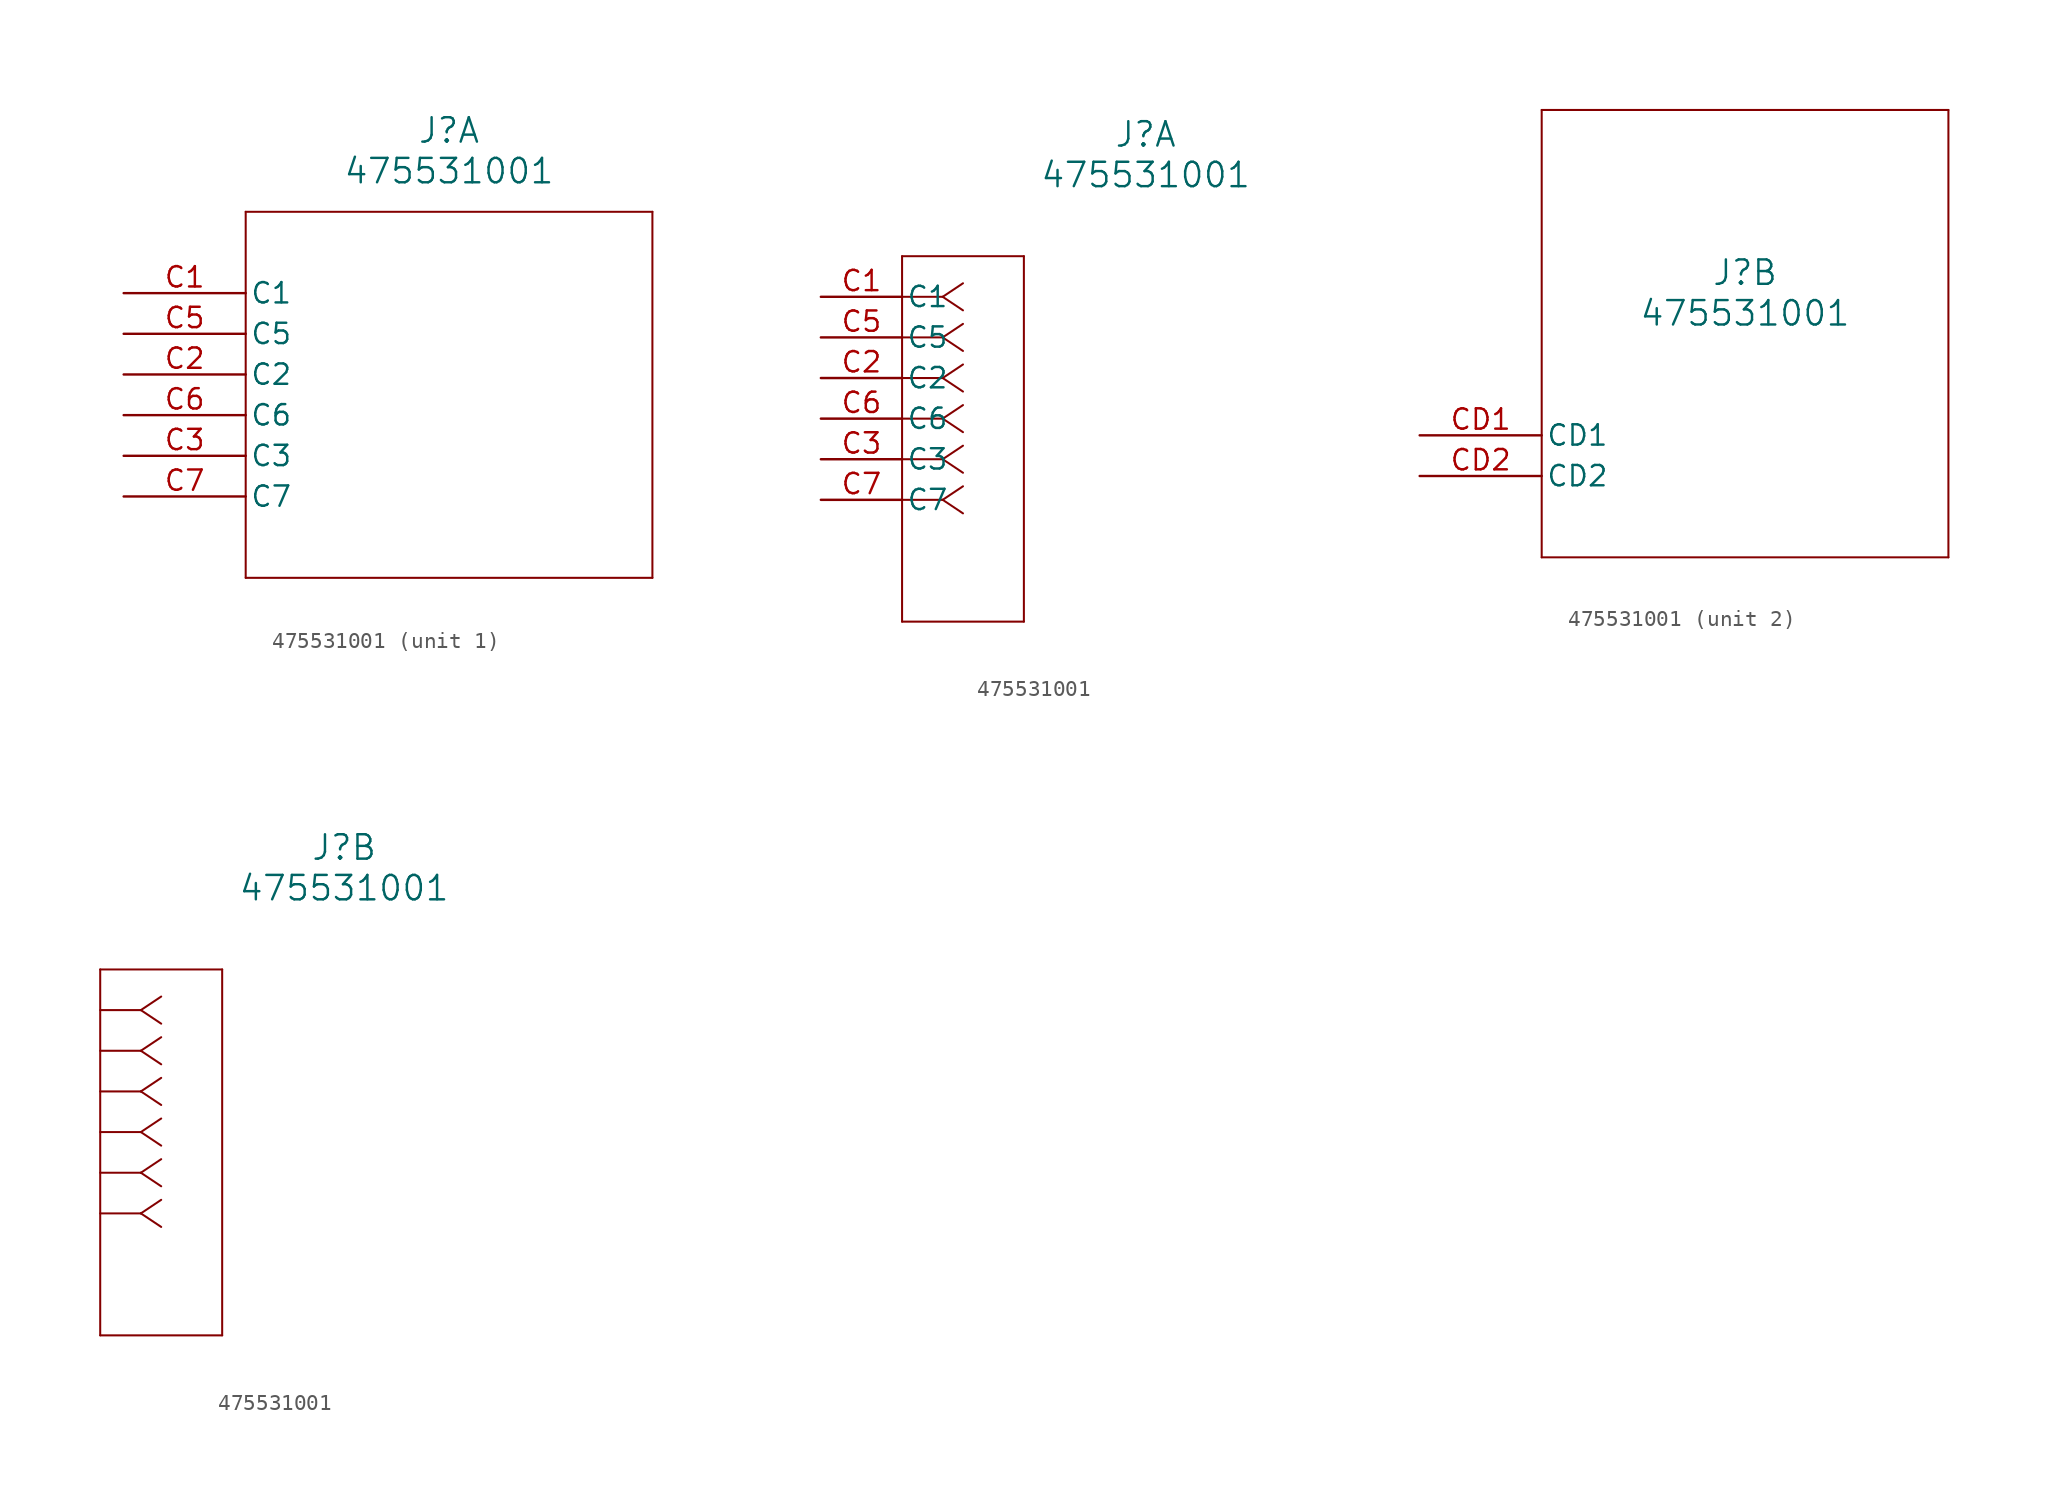
<source format=kicad_sym>
(kicad_symbol_lib
  (version 20211014)
  (generator kicad_symbol_editor)
  (symbol "475531001"
    (pin_names
      (offset 0.254))
    (property "Reference" "J"
      (at 20.32 10.16 0)
      (effects (font (size 1.524 1.524))))
    (property "Value" "475531001"
      (at 20.32 7.62 0)
      (effects (font (size 1.524 1.524))))
    (symbol "475531001_1_1"
      (polyline (pts (xy 7.62 5.08) (xy 7.62 -17.78)) (stroke (width 0.127) (type default) (color 0 0 0 0)) (fill (type none)))
      (polyline (pts (xy 7.62 -17.78) (xy 33.02 -17.78)) (stroke (width 0.127) (type default) (color 0 0 0 0)) (fill (type none)))
      (polyline (pts (xy 33.02 -17.78) (xy 33.02 5.08)) (stroke (width 0.127) (type default) (color 0 0 0 0)) (fill (type none)))
      (polyline (pts (xy 33.02 5.08) (xy 7.62 5.08)) (stroke (width 0.127) (type default) (color 0 0 0 0)) (fill (type none)))
      (pin unspecified line (at 0 0 0) (length 7.62) (name "C1" (effects (font (size 1.27 1.27)))) (number "C1" (effects (font (size 1.27 1.27)))))
      (pin unspecified line (at 0 -2.54 0) (length 7.62) (name "C5" (effects (font (size 1.27 1.27)))) (number "C5" (effects (font (size 1.27 1.27)))))
      (pin unspecified line (at 0 -5.08 0) (length 7.62) (name "C2" (effects (font (size 1.27 1.27)))) (number "C2" (effects (font (size 1.27 1.27)))))
      (pin unspecified line (at 0 -7.62 0) (length 7.62) (name "C6" (effects (font (size 1.27 1.27)))) (number "C6" (effects (font (size 1.27 1.27)))))
      (pin unspecified line (at 0 -10.16 0) (length 7.62) (name "C3" (effects (font (size 1.27 1.27)))) (number "C3" (effects (font (size 1.27 1.27)))))
      (pin unspecified line (at 0 -12.7 0) (length 7.62) (name "C7" (effects (font (size 1.27 1.27)))) (number "C7" (effects (font (size 1.27 1.27))))))
    (symbol "475531001_1_2"
      (polyline (pts (xy 7.62 0) (xy 5.08 0)) (stroke (width 0.127) (type default) (color 0 0 0 0)) (fill (type none)))
      (polyline (pts (xy 7.62 -2.54) (xy 5.08 -2.54)) (stroke (width 0.127) (type default) (color 0 0 0 0)) (fill (type none)))
      (polyline (pts (xy 7.62 -5.08) (xy 5.08 -5.08)) (stroke (width 0.127) (type default) (color 0 0 0 0)) (fill (type none)))
      (polyline (pts (xy 7.62 -7.62) (xy 5.08 -7.62)) (stroke (width 0.127) (type default) (color 0 0 0 0)) (fill (type none)))
      (polyline (pts (xy 7.62 -10.16) (xy 5.08 -10.16)) (stroke (width 0.127) (type default) (color 0 0 0 0)) (fill (type none)))
      (polyline (pts (xy 7.62 -12.7) (xy 5.08 -12.7)) (stroke (width 0.127) (type default) (color 0 0 0 0)) (fill (type none)))
      (polyline (pts (xy 7.62 0) (xy 8.89 0.847)) (stroke (width 0.127) (type default) (color 0 0 0 0)) (fill (type none)))
      (polyline (pts (xy 7.62 -2.54) (xy 8.89 -1.693)) (stroke (width 0.127) (type default) (color 0 0 0 0)) (fill (type none)))
      (polyline (pts (xy 7.62 -5.08) (xy 8.89 -4.233)) (stroke (width 0.127) (type default) (color 0 0 0 0)) (fill (type none)))
      (polyline (pts (xy 7.62 -7.62) (xy 8.89 -6.773)) (stroke (width 0.127) (type default) (color 0 0 0 0)) (fill (type none)))
      (polyline (pts (xy 7.62 -10.16) (xy 8.89 -9.313)) (stroke (width 0.127) (type default) (color 0 0 0 0)) (fill (type none)))
      (polyline (pts (xy 7.62 -12.7) (xy 8.89 -11.853)) (stroke (width 0.127) (type default) (color 0 0 0 0)) (fill (type none)))
      (polyline (pts (xy 7.62 0) (xy 8.89 -0.847)) (stroke (width 0.127) (type default) (color 0 0 0 0)) (fill (type none)))
      (polyline (pts (xy 7.62 -2.54) (xy 8.89 -3.387)) (stroke (width 0.127) (type default) (color 0 0 0 0)) (fill (type none)))
      (polyline (pts (xy 7.62 -5.08) (xy 8.89 -5.927)) (stroke (width 0.127) (type default) (color 0 0 0 0)) (fill (type none)))
      (polyline (pts (xy 7.62 -7.62) (xy 8.89 -8.467)) (stroke (width 0.127) (type default) (color 0 0 0 0)) (fill (type none)))
      (polyline (pts (xy 7.62 -10.16) (xy 8.89 -11.007)) (stroke (width 0.127) (type default) (color 0 0 0 0)) (fill (type none)))
      (polyline (pts (xy 7.62 -12.7) (xy 8.89 -13.547)) (stroke (width 0.127) (type default) (color 0 0 0 0)) (fill (type none)))
      (polyline (pts (xy 5.08 2.54) (xy 5.08 -20.32)) (stroke (width 0.127) (type default) (color 0 0 0 0)) (fill (type none)))
      (polyline (pts (xy 5.08 -20.32) (xy 12.7 -20.32)) (stroke (width 0.127) (type default) (color 0 0 0 0)) (fill (type none)))
      (polyline (pts (xy 12.7 -20.32) (xy 12.7 2.54)) (stroke (width 0.127) (type default) (color 0 0 0 0)) (fill (type none)))
      (polyline (pts (xy 12.7 2.54) (xy 5.08 2.54)) (stroke (width 0.127) (type default) (color 0 0 0 0)) (fill (type none)))
      (pin unspecified line (at 0 0 0) (length 5.08) (name "C1" (effects (font (size 1.27 1.27)))) (number "C1" (effects (font (size 1.27 1.27)))))
      (pin unspecified line (at 0 -2.54 0) (length 5.08) (name "C5" (effects (font (size 1.27 1.27)))) (number "C5" (effects (font (size 1.27 1.27)))))
      (pin unspecified line (at 0 -5.08 0) (length 5.08) (name "C2" (effects (font (size 1.27 1.27)))) (number "C2" (effects (font (size 1.27 1.27)))))
      (pin unspecified line (at 0 -7.62 0) (length 5.08) (name "C6" (effects (font (size 1.27 1.27)))) (number "C6" (effects (font (size 1.27 1.27)))))
      (pin unspecified line (at 0 -10.16 0) (length 5.08) (name "C3" (effects (font (size 1.27 1.27)))) (number "C3" (effects (font (size 1.27 1.27)))))
      (pin unspecified line (at 0 -12.7 0) (length 5.08) (name "C7" (effects (font (size 1.27 1.27)))) (number "C7" (effects (font (size 1.27 1.27))))))
    (symbol "475531001_2_1"
      (polyline (pts (xy 7.62 20.32) (xy 7.62 -7.62)) (stroke (width 0.127) (type default) (color 0 0 0 0)) (fill (type none)))
      (polyline (pts (xy 7.62 -7.62) (xy 33.02 -7.62)) (stroke (width 0.127) (type default) (color 0 0 0 0)) (fill (type none)))
      (polyline (pts (xy 33.02 -7.62) (xy 33.02 20.32)) (stroke (width 0.127) (type default) (color 0 0 0 0)) (fill (type none)))
      (polyline (pts (xy 33.02 20.32) (xy 7.62 20.32)) (stroke (width 0.127) (type default) (color 0 0 0 0)) (fill (type none)))
      (pin unspecified line (at 0 0 0) (length 7.62) (name "CD1" (effects (font (size 1.27 1.27)))) (number "CD1" (effects (font (size 1.27 1.27)))))
      (pin unspecified line (at 0 -2.54 0) (length 7.62) (name "CD2" (effects (font (size 1.27 1.27)))) (number "CD2" (effects (font (size 1.27 1.27))))))
    (symbol "475531001_2_2"
      (polyline (pts (xy 7.62 0) (xy 5.08 0)) (stroke (width 0.127) (type default) (color 0 0 0 0)) (fill (type none)))
      (polyline (pts (xy 7.62 -2.54) (xy 5.08 -2.54)) (stroke (width 0.127) (type default) (color 0 0 0 0)) (fill (type none)))
      (polyline (pts (xy 7.62 -5.08) (xy 5.08 -5.08)) (stroke (width 0.127) (type default) (color 0 0 0 0)) (fill (type none)))
      (polyline (pts (xy 7.62 -7.62) (xy 5.08 -7.62)) (stroke (width 0.127) (type default) (color 0 0 0 0)) (fill (type none)))
      (polyline (pts (xy 7.62 -10.16) (xy 5.08 -10.16)) (stroke (width 0.127) (type default) (color 0 0 0 0)) (fill (type none)))
      (polyline (pts (xy 7.62 -12.7) (xy 5.08 -12.7)) (stroke (width 0.127) (type default) (color 0 0 0 0)) (fill (type none)))
      (polyline (pts (xy 7.62 0) (xy 8.89 0.847)) (stroke (width 0.127) (type default) (color 0 0 0 0)) (fill (type none)))
      (polyline (pts (xy 7.62 -2.54) (xy 8.89 -1.693)) (stroke (width 0.127) (type default) (color 0 0 0 0)) (fill (type none)))
      (polyline (pts (xy 7.62 -5.08) (xy 8.89 -4.233)) (stroke (width 0.127) (type default) (color 0 0 0 0)) (fill (type none)))
      (polyline (pts (xy 7.62 -7.62) (xy 8.89 -6.773)) (stroke (width 0.127) (type default) (color 0 0 0 0)) (fill (type none)))
      (polyline (pts (xy 7.62 -10.16) (xy 8.89 -9.313)) (stroke (width 0.127) (type default) (color 0 0 0 0)) (fill (type none)))
      (polyline (pts (xy 7.62 -12.7) (xy 8.89 -11.853)) (stroke (width 0.127) (type default) (color 0 0 0 0)) (fill (type none)))
      (polyline (pts (xy 7.62 0) (xy 8.89 -0.847)) (stroke (width 0.127) (type default) (color 0 0 0 0)) (fill (type none)))
      (polyline (pts (xy 7.62 -2.54) (xy 8.89 -3.387)) (stroke (width 0.127) (type default) (color 0 0 0 0)) (fill (type none)))
      (polyline (pts (xy 7.62 -5.08) (xy 8.89 -5.927)) (stroke (width 0.127) (type default) (color 0 0 0 0)) (fill (type none)))
      (polyline (pts (xy 7.62 -7.62) (xy 8.89 -8.467)) (stroke (width 0.127) (type default) (color 0 0 0 0)) (fill (type none)))
      (polyline (pts (xy 7.62 -10.16) (xy 8.89 -11.007)) (stroke (width 0.127) (type default) (color 0 0 0 0)) (fill (type none)))
      (polyline (pts (xy 7.62 -12.7) (xy 8.89 -13.547)) (stroke (width 0.127) (type default) (color 0 0 0 0)) (fill (type none)))
      (polyline (pts (xy 5.08 2.54) (xy 5.08 -20.32)) (stroke (width 0.127) (type default) (color 0 0 0 0)) (fill (type none)))
      (polyline (pts (xy 5.08 -20.32) (xy 12.7 -20.32)) (stroke (width 0.127) (type default) (color 0 0 0 0)) (fill (type none)))
      (polyline (pts (xy 12.7 -20.32) (xy 12.7 2.54)) (stroke (width 0.127) (type default) (color 0 0 0 0)) (fill (type none)))
      (polyline (pts (xy 12.7 2.54) (xy 5.08 2.54)) (stroke (width 0.127) (type default) (color 0 0 0 0)) (fill (type none))))))
</source>
